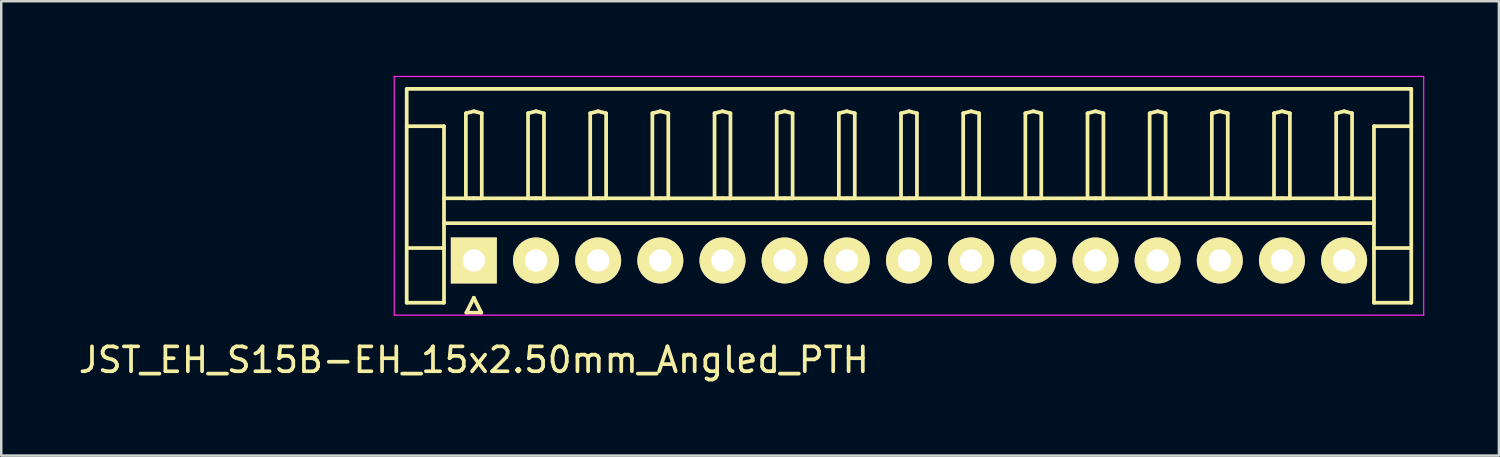
<source format=kicad_pcb>
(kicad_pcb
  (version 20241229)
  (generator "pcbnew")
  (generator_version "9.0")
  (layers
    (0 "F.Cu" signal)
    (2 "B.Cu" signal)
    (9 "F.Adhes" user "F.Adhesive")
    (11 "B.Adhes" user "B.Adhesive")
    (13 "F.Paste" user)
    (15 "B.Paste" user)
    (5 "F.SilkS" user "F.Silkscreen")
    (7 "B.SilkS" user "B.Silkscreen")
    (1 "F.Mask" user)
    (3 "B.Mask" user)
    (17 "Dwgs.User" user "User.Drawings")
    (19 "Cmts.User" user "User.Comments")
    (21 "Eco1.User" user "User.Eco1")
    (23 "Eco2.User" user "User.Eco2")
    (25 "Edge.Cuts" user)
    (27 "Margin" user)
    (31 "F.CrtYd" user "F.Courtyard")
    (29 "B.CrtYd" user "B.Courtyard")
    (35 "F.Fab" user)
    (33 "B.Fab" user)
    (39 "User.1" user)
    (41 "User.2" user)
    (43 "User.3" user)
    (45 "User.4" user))
  (footprint "JST_EH_S15B-EH_15x2.50mm_Angled_PTH"
    (layer "F.Cu")
    (at 16.006 7.425)
    (property "Reference" "JST_EH_S15B-EH_15x2.50mm_Angled_PTH" (at 0 4 0) (layer "F.SilkS") (effects (font (size 1 1) (thickness 0.15))))
    (attr through_hole)
    (fp_line (start -2.7 -6.9) (end 37.7 -6.9) (stroke (width 0.15) (type solid)) (layer "F.SilkS"))
    (fp_line (start -2.7 -5.4) (end -1.2 -5.4) (stroke (width 0.15) (type solid)) (layer "F.SilkS"))
    (fp_line (start -2.7 1.7) (end -2.7 -6.9) (stroke (width 0.15) (type solid)) (layer "F.SilkS"))
    (fp_line (start -1.2 -5.4) (end -1.2 -0.5) (stroke (width 0.15) (type solid)) (layer "F.SilkS"))
    (fp_line (start -1.2 -2.5) (end 36.2 -2.5) (stroke (width 0.15) (type solid)) (layer "F.SilkS"))
    (fp_line (start -1.2 -1.5) (end 36.2 -1.5) (stroke (width 0.15) (type solid)) (layer "F.SilkS"))
    (fp_line (start -1.2 -0.5) (end -2.7 -0.5) (stroke (width 0.15) (type solid)) (layer "F.SilkS"))
    (fp_line (start -1.2 -0.5) (end -1.2 1.7) (stroke (width 0.15) (type solid)) (layer "F.SilkS"))
    (fp_line (start -1.2 1.7) (end -2.7 1.7) (stroke (width 0.15) (type solid)) (layer "F.SilkS"))
    (fp_line (start -0.32 -5.92) (end 0 -6) (stroke (width 0.15) (type solid)) (layer "F.SilkS"))
    (fp_line (start -0.32 -2.5) (end -0.32 -5.92) (stroke (width 0.15) (type solid)) (layer "F.SilkS"))
    (fp_line (start -0.3 2.1) (end 0.3 2.1) (stroke (width 0.15) (type solid)) (layer "F.SilkS"))
    (fp_line (start 0 -6) (end 0.32 -5.92) (stroke (width 0.15) (type solid)) (layer "F.SilkS"))
    (fp_line (start 0 -2.5) (end -0.32 -2.5) (stroke (width 0.15) (type solid)) (layer "F.SilkS"))
    (fp_line (start 0 1.5) (end -0.3 2.1) (stroke (width 0.15) (type solid)) (layer "F.SilkS"))
    (fp_line (start 0.3 2.1) (end 0 1.5) (stroke (width 0.15) (type solid)) (layer "F.SilkS"))
    (fp_line (start 0.32 -5.92) (end 0.32 -2.5) (stroke (width 0.15) (type solid)) (layer "F.SilkS"))
    (fp_line (start 0.32 -2.5) (end 0 -2.5) (stroke (width 0.15) (type solid)) (layer "F.SilkS"))
    (fp_line (start 2.18 -5.92) (end 2.5 -6) (stroke (width 0.15) (type solid)) (layer "F.SilkS"))
    (fp_line (start 2.18 -2.5) (end 2.18 -5.92) (stroke (width 0.15) (type solid)) (layer "F.SilkS"))
    (fp_line (start 2.5 -6) (end 2.82 -5.92) (stroke (width 0.15) (type solid)) (layer "F.SilkS"))
    (fp_line (start 2.5 -2.5) (end 2.18 -2.5) (stroke (width 0.15) (type solid)) (layer "F.SilkS"))
    (fp_line (start 2.82 -5.92) (end 2.82 -2.5) (stroke (width 0.15) (type solid)) (layer "F.SilkS"))
    (fp_line (start 2.82 -2.5) (end 2.5 -2.5) (stroke (width 0.15) (type solid)) (layer "F.SilkS"))
    (fp_line (start 4.68 -5.92) (end 5 -6) (stroke (width 0.15) (type solid)) (layer "F.SilkS"))
    (fp_line (start 4.68 -2.5) (end 4.68 -5.92) (stroke (width 0.15) (type solid)) (layer "F.SilkS"))
    (fp_line (start 5 -6) (end 5.32 -5.92) (stroke (width 0.15) (type solid)) (layer "F.SilkS"))
    (fp_line (start 5 -2.5) (end 4.68 -2.5) (stroke (width 0.15) (type solid)) (layer "F.SilkS"))
    (fp_line (start 5.32 -5.92) (end 5.32 -2.5) (stroke (width 0.15) (type solid)) (layer "F.SilkS"))
    (fp_line (start 5.32 -2.5) (end 5 -2.5) (stroke (width 0.15) (type solid)) (layer "F.SilkS"))
    (fp_line (start 7.18 -5.92) (end 7.5 -6) (stroke (width 0.15) (type solid)) (layer "F.SilkS"))
    (fp_line (start 7.18 -2.5) (end 7.18 -5.92) (stroke (width 0.15) (type solid)) (layer "F.SilkS"))
    (fp_line (start 7.5 -6) (end 7.82 -5.92) (stroke (width 0.15) (type solid)) (layer "F.SilkS"))
    (fp_line (start 7.5 -2.5) (end 7.18 -2.5) (stroke (width 0.15) (type solid)) (layer "F.SilkS"))
    (fp_line (start 7.82 -5.92) (end 7.82 -2.5) (stroke (width 0.15) (type solid)) (layer "F.SilkS"))
    (fp_line (start 7.82 -2.5) (end 7.5 -2.5) (stroke (width 0.15) (type solid)) (layer "F.SilkS"))
    (fp_line (start 9.68 -5.92) (end 10 -6) (stroke (width 0.15) (type solid)) (layer "F.SilkS"))
    (fp_line (start 9.68 -2.5) (end 9.68 -5.92) (stroke (width 0.15) (type solid)) (layer "F.SilkS"))
    (fp_line (start 10 -6) (end 10.32 -5.92) (stroke (width 0.15) (type solid)) (layer "F.SilkS"))
    (fp_line (start 10 -2.5) (end 9.68 -2.5) (stroke (width 0.15) (type solid)) (layer "F.SilkS"))
    (fp_line (start 10.32 -5.92) (end 10.32 -2.5) (stroke (width 0.15) (type solid)) (layer "F.SilkS"))
    (fp_line (start 10.32 -2.5) (end 10 -2.5) (stroke (width 0.15) (type solid)) (layer "F.SilkS"))
    (fp_line (start 12.18 -5.92) (end 12.5 -6) (stroke (width 0.15) (type solid)) (layer "F.SilkS"))
    (fp_line (start 12.18 -2.5) (end 12.18 -5.92) (stroke (width 0.15) (type solid)) (layer "F.SilkS"))
    (fp_line (start 12.5 -6) (end 12.82 -5.92) (stroke (width 0.15) (type solid)) (layer "F.SilkS"))
    (fp_line (start 12.5 -2.5) (end 12.18 -2.5) (stroke (width 0.15) (type solid)) (layer "F.SilkS"))
    (fp_line (start 12.82 -5.92) (end 12.82 -2.5) (stroke (width 0.15) (type solid)) (layer "F.SilkS"))
    (fp_line (start 12.82 -2.5) (end 12.5 -2.5) (stroke (width 0.15) (type solid)) (layer "F.SilkS"))
    (fp_line (start 14.68 -5.92) (end 15 -6) (stroke (width 0.15) (type solid)) (layer "F.SilkS"))
    (fp_line (start 14.68 -2.5) (end 14.68 -5.92) (stroke (width 0.15) (type solid)) (layer "F.SilkS"))
    (fp_line (start 15 -6) (end 15.32 -5.92) (stroke (width 0.15) (type solid)) (layer "F.SilkS"))
    (fp_line (start 15 -2.5) (end 14.68 -2.5) (stroke (width 0.15) (type solid)) (layer "F.SilkS"))
    (fp_line (start 15.32 -5.92) (end 15.32 -2.5) (stroke (width 0.15) (type solid)) (layer "F.SilkS"))
    (fp_line (start 15.32 -2.5) (end 15 -2.5) (stroke (width 0.15) (type solid)) (layer "F.SilkS"))
    (fp_line (start 17.18 -5.92) (end 17.5 -6) (stroke (width 0.15) (type solid)) (layer "F.SilkS"))
    (fp_line (start 17.18 -2.5) (end 17.18 -5.92) (stroke (width 0.15) (type solid)) (layer "F.SilkS"))
    (fp_line (start 17.5 -6) (end 17.82 -5.92) (stroke (width 0.15) (type solid)) (layer "F.SilkS"))
    (fp_line (start 17.5 -2.5) (end 17.18 -2.5) (stroke (width 0.15) (type solid)) (layer "F.SilkS"))
    (fp_line (start 17.82 -5.92) (end 17.82 -2.5) (stroke (width 0.15) (type solid)) (layer "F.SilkS"))
    (fp_line (start 17.82 -2.5) (end 17.5 -2.5) (stroke (width 0.15) (type solid)) (layer "F.SilkS"))
    (fp_line (start 19.68 -5.92) (end 20 -6) (stroke (width 0.15) (type solid)) (layer "F.SilkS"))
    (fp_line (start 19.68 -2.5) (end 19.68 -5.92) (stroke (width 0.15) (type solid)) (layer "F.SilkS"))
    (fp_line (start 20 -6) (end 20.32 -5.92) (stroke (width 0.15) (type solid)) (layer "F.SilkS"))
    (fp_line (start 20 -2.5) (end 19.68 -2.5) (stroke (width 0.15) (type solid)) (layer "F.SilkS"))
    (fp_line (start 20.32 -5.92) (end 20.32 -2.5) (stroke (width 0.15) (type solid)) (layer "F.SilkS"))
    (fp_line (start 20.32 -2.5) (end 20 -2.5) (stroke (width 0.15) (type solid)) (layer "F.SilkS"))
    (fp_line (start 22.18 -5.92) (end 22.5 -6) (stroke (width 0.15) (type solid)) (layer "F.SilkS"))
    (fp_line (start 22.18 -2.5) (end 22.18 -5.92) (stroke (width 0.15) (type solid)) (layer "F.SilkS"))
    (fp_line (start 22.5 -6) (end 22.82 -5.92) (stroke (width 0.15) (type solid)) (layer "F.SilkS"))
    (fp_line (start 22.5 -2.5) (end 22.18 -2.5) (stroke (width 0.15) (type solid)) (layer "F.SilkS"))
    (fp_line (start 22.82 -5.92) (end 22.82 -2.5) (stroke (width 0.15) (type solid)) (layer "F.SilkS"))
    (fp_line (start 22.82 -2.5) (end 22.5 -2.5) (stroke (width 0.15) (type solid)) (layer "F.SilkS"))
    (fp_line (start 24.68 -5.92) (end 25 -6) (stroke (width 0.15) (type solid)) (layer "F.SilkS"))
    (fp_line (start 24.68 -2.5) (end 24.68 -5.92) (stroke (width 0.15) (type solid)) (layer "F.SilkS"))
    (fp_line (start 25 -6) (end 25.32 -5.92) (stroke (width 0.15) (type solid)) (layer "F.SilkS"))
    (fp_line (start 25 -2.5) (end 24.68 -2.5) (stroke (width 0.15) (type solid)) (layer "F.SilkS"))
    (fp_line (start 25.32 -5.92) (end 25.32 -2.5) (stroke (width 0.15) (type solid)) (layer "F.SilkS"))
    (fp_line (start 25.32 -2.5) (end 25 -2.5) (stroke (width 0.15) (type solid)) (layer "F.SilkS"))
    (fp_line (start 27.18 -5.92) (end 27.5 -6) (stroke (width 0.15) (type solid)) (layer "F.SilkS"))
    (fp_line (start 27.18 -2.5) (end 27.18 -5.92) (stroke (width 0.15) (type solid)) (layer "F.SilkS"))
    (fp_line (start 27.5 -6) (end 27.82 -5.92) (stroke (width 0.15) (type solid)) (layer "F.SilkS"))
    (fp_line (start 27.5 -2.5) (end 27.18 -2.5) (stroke (width 0.15) (type solid)) (layer "F.SilkS"))
    (fp_line (start 27.82 -5.92) (end 27.82 -2.5) (stroke (width 0.15) (type solid)) (layer "F.SilkS"))
    (fp_line (start 27.82 -2.5) (end 27.5 -2.5) (stroke (width 0.15) (type solid)) (layer "F.SilkS"))
    (fp_line (start 29.68 -5.92) (end 30 -6) (stroke (width 0.15) (type solid)) (layer "F.SilkS"))
    (fp_line (start 29.68 -2.5) (end 29.68 -5.92) (stroke (width 0.15) (type solid)) (layer "F.SilkS"))
    (fp_line (start 30 -6) (end 30.32 -5.92) (stroke (width 0.15) (type solid)) (layer "F.SilkS"))
    (fp_line (start 30 -2.5) (end 29.68 -2.5) (stroke (width 0.15) (type solid)) (layer "F.SilkS"))
    (fp_line (start 30.32 -5.92) (end 30.32 -2.5) (stroke (width 0.15) (type solid)) (layer "F.SilkS"))
    (fp_line (start 30.32 -2.5) (end 30 -2.5) (stroke (width 0.15) (type solid)) (layer "F.SilkS"))
    (fp_line (start 32.18 -5.92) (end 32.5 -6) (stroke (width 0.15) (type solid)) (layer "F.SilkS"))
    (fp_line (start 32.18 -2.5) (end 32.18 -5.92) (stroke (width 0.15) (type solid)) (layer "F.SilkS"))
    (fp_line (start 32.5 -6) (end 32.82 -5.92) (stroke (width 0.15) (type solid)) (layer "F.SilkS"))
    (fp_line (start 32.5 -2.5) (end 32.18 -2.5) (stroke (width 0.15) (type solid)) (layer "F.SilkS"))
    (fp_line (start 32.82 -5.92) (end 32.82 -2.5) (stroke (width 0.15) (type solid)) (layer "F.SilkS"))
    (fp_line (start 32.82 -2.5) (end 32.5 -2.5) (stroke (width 0.15) (type solid)) (layer "F.SilkS"))
    (fp_line (start 34.68 -5.92) (end 35 -6) (stroke (width 0.15) (type solid)) (layer "F.SilkS"))
    (fp_line (start 34.68 -2.5) (end 34.68 -5.92) (stroke (width 0.15) (type solid)) (layer "F.SilkS"))
    (fp_line (start 35 -6) (end 35.32 -5.92) (stroke (width 0.15) (type solid)) (layer "F.SilkS"))
    (fp_line (start 35 -2.5) (end 34.68 -2.5) (stroke (width 0.15) (type solid)) (layer "F.SilkS"))
    (fp_line (start 35.32 -5.92) (end 35.32 -2.5) (stroke (width 0.15) (type solid)) (layer "F.SilkS"))
    (fp_line (start 35.32 -2.5) (end 35 -2.5) (stroke (width 0.15) (type solid)) (layer "F.SilkS"))
    (fp_line (start 36.2 -5.4) (end 36.2 -0.5) (stroke (width 0.15) (type solid)) (layer "F.SilkS"))
    (fp_line (start 36.2 -0.5) (end 37.7 -0.5) (stroke (width 0.15) (type solid)) (layer "F.SilkS"))
    (fp_line (start 36.2 1.7) (end 36.2 -0.5) (stroke (width 0.15) (type solid)) (layer "F.SilkS"))
    (fp_line (start 37.7 -6.9) (end 37.7 1.7) (stroke (width 0.15) (type solid)) (layer "F.SilkS"))
    (fp_line (start 37.7 -5.4) (end 36.2 -5.4) (stroke (width 0.15) (type solid)) (layer "F.SilkS"))
    (fp_line (start 37.7 1.7) (end 36.2 1.7) (stroke (width 0.15) (type solid)) (layer "F.SilkS"))
    (fp_line (start -3.2 -7.4) (end -3.2 2.2) (stroke (width 0.05) (type solid)) (layer "F.CrtYd"))
    (fp_line (start -3.2 2.2) (end 38.2 2.2) (stroke (width 0.05) (type solid)) (layer "F.CrtYd"))
    (fp_line (start 38.2 -7.4) (end -3.2 -7.4) (stroke (width 0.05) (type solid)) (layer "F.CrtYd"))
    (fp_line (start 38.2 2.2) (end 38.2 -7.4) (stroke (width 0.05) (type solid)) (layer "F.CrtYd"))
    (pad "1" thru_hole rect (at 0 0) (size 1.85 1.85) (drill 0.9) (layers "*.Cu" "*.Mask" "F.SilkS"))
    (pad "2" thru_hole circle (at 2.5 0) (size 1.85 1.85) (drill 0.9) (layers "*.Cu" "*.Mask" "F.SilkS"))
    (pad "3" thru_hole circle (at 5 0) (size 1.85 1.85) (drill 0.9) (layers "*.Cu" "*.Mask" "F.SilkS"))
    (pad "4" thru_hole circle (at 7.5 0) (size 1.85 1.85) (drill 0.9) (layers "*.Cu" "*.Mask" "F.SilkS"))
    (pad "5" thru_hole circle (at 10 0) (size 1.85 1.85) (drill 0.9) (layers "*.Cu" "*.Mask" "F.SilkS"))
    (pad "6" thru_hole circle (at 12.5 0) (size 1.85 1.85) (drill 0.9) (layers "*.Cu" "*.Mask" "F.SilkS"))
    (pad "7" thru_hole circle (at 15 0) (size 1.85 1.85) (drill 0.9) (layers "*.Cu" "*.Mask" "F.SilkS"))
    (pad "8" thru_hole circle (at 17.5 0) (size 1.85 1.85) (drill 0.9) (layers "*.Cu" "*.Mask" "F.SilkS"))
    (pad "9" thru_hole circle (at 20 0) (size 1.85 1.85) (drill 0.9) (layers "*.Cu" "*.Mask" "F.SilkS"))
    (pad "10" thru_hole circle (at 22.5 0) (size 1.85 1.85) (drill 0.9) (layers "*.Cu" "*.Mask" "F.SilkS"))
    (pad "11" thru_hole circle (at 25 0) (size 1.85 1.85) (drill 0.9) (layers "*.Cu" "*.Mask" "F.SilkS"))
    (pad "12" thru_hole circle (at 27.5 0) (size 1.85 1.85) (drill 0.9) (layers "*.Cu" "*.Mask" "F.SilkS"))
    (pad "13" thru_hole circle (at 30 0) (size 1.85 1.85) (drill 0.9) (layers "*.Cu" "*.Mask" "F.SilkS"))
    (pad "14" thru_hole circle (at 32.5 0) (size 1.85 1.85) (drill 0.9) (layers "*.Cu" "*.Mask" "F.SilkS"))
    (pad "15" thru_hole circle (at 35 0) (size 1.85 1.85) (drill 0.9) (layers "*.Cu" "*.Mask" "F.SilkS")))
  (gr_rect
    (start -3 -3)
    (end 57.231 15.273)
    (stroke (width 0.1) (type default))
    (fill no)
    (layer "Edge.Cuts")))
</source>
